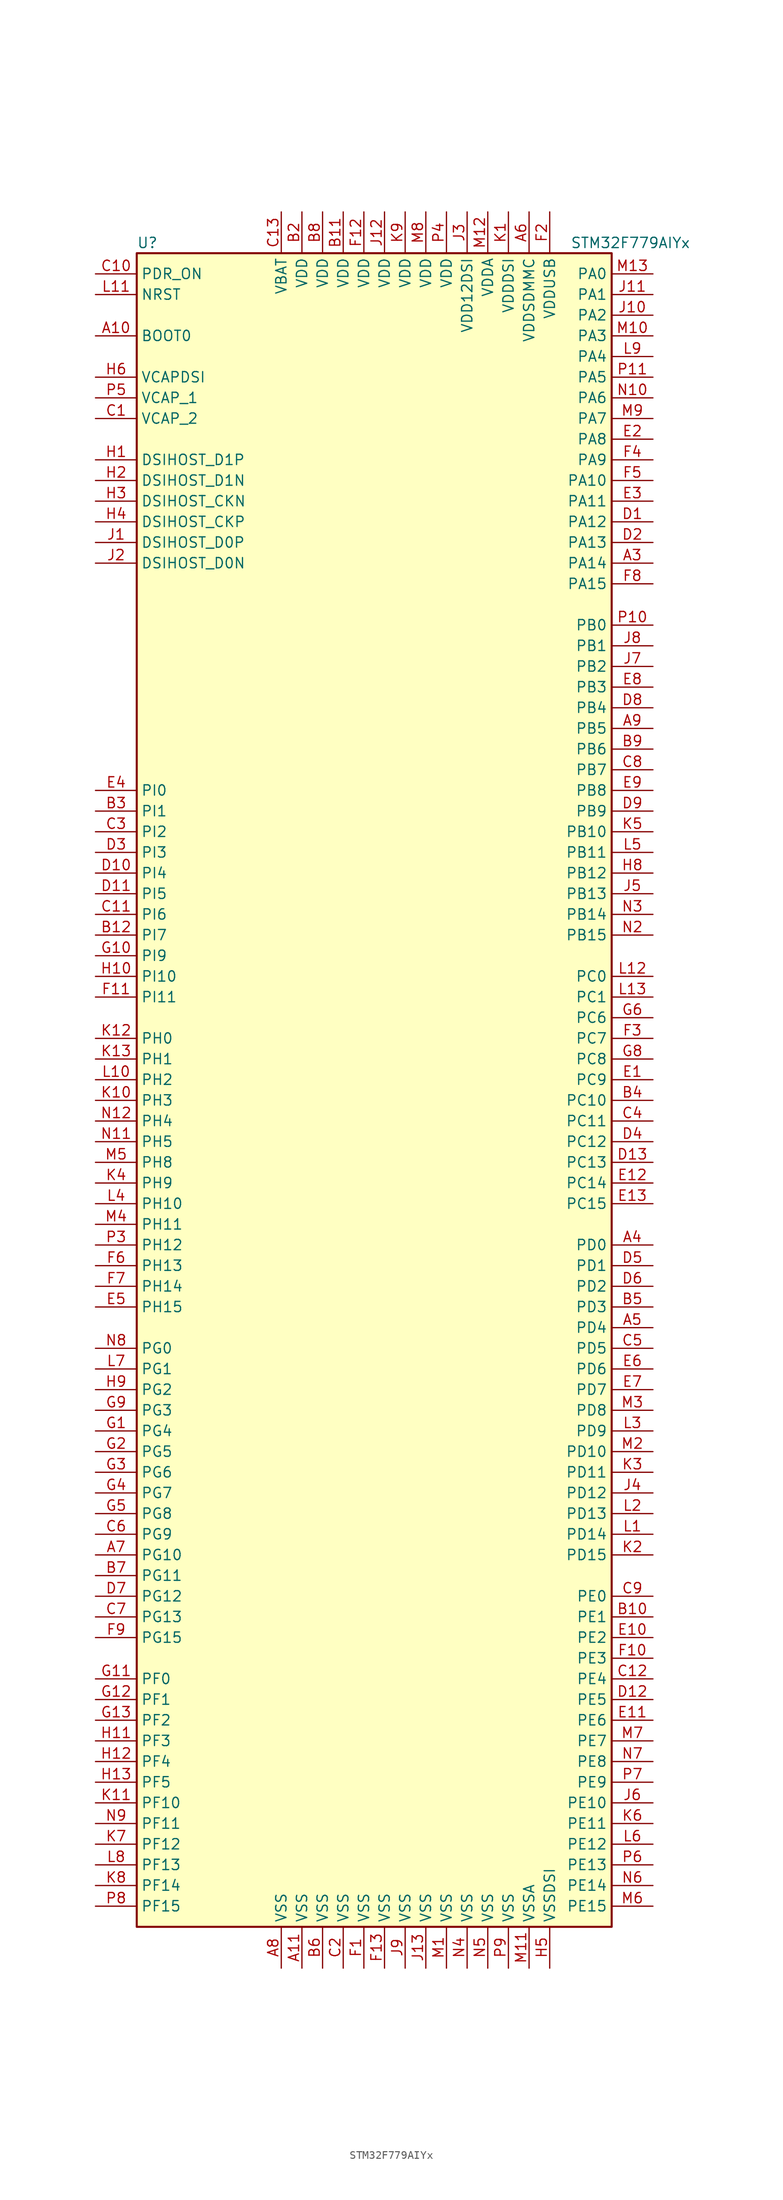
<source format=kicad_sym>
(kicad_symbol_lib
  (version 20220914)
  (generator kicad_symbol_editor)
  (symbol "STM32F779AIYx"
    (property "Reference" "U"
      (at -30.48 102.87 0)
      (effects (font (size 1.27 1.27)) (justify left)))
    (property "Value" "STM32F779AIYx"
      (at 22.86 102.87 0)
      (effects (font (size 1.27 1.27)) (justify left)))
    (symbol "STM32F779AIYx_0_1"
      (rectangle (start -30.48 -104.14) (end 27.94 101.6) (stroke (width 0.254) (type default)) (fill (type background))))
    (symbol "STM32F779AIYx_1_1"
      (pin no_connect line (at -30.48 -101.6 0) (length 5.08) hide (name "NC" (effects (font (size 1.27 1.27)))) (number "A1" (effects (font (size 1.27 1.27)))))
      (pin input line (at -35.56 91.44 0) (length 5.08) (name "BOOT0" (effects (font (size 1.27 1.27)))) (number "A10" (effects (font (size 1.27 1.27)))))
      (pin power_in line (at -10.16 -109.22 90) (length 5.08) (name "VSS" (effects (font (size 1.27 1.27)))) (number "A11" (effects (font (size 1.27 1.27)))))
      (pin no_connect line (at -30.48 -96.52 0) (length 5.08) hide (name "NC" (effects (font (size 1.27 1.27)))) (number "A12" (effects (font (size 1.27 1.27)))))
      (pin no_connect line (at -30.48 -93.98 0) (length 5.08) hide (name "NC" (effects (font (size 1.27 1.27)))) (number "A13" (effects (font (size 1.27 1.27)))))
      (pin no_connect line (at -30.48 -99.06 0) (length 5.08) hide (name "NC" (effects (font (size 1.27 1.27)))) (number "A2" (effects (font (size 1.27 1.27)))))
      (pin bidirectional line (at 33.02 63.5 180) (length 5.08) (name "PA14" (effects (font (size 1.27 1.27)))) (number "A3" (effects (font (size 1.27 1.27)))))
      (pin bidirectional line (at 33.02 -20.32 180) (length 5.08) (name "PD0" (effects (font (size 1.27 1.27)))) (number "A4" (effects (font (size 1.27 1.27)))))
      (pin bidirectional line (at 33.02 -30.48 180) (length 5.08) (name "PD4" (effects (font (size 1.27 1.27)))) (number "A5" (effects (font (size 1.27 1.27)))))
      (pin power_in line (at 17.78 106.68 270) (length 5.08) (name "VDDSDMMC" (effects (font (size 1.27 1.27)))) (number "A6" (effects (font (size 1.27 1.27)))))
      (pin bidirectional line (at -35.56 -58.42 0) (length 5.08) (name "PG10" (effects (font (size 1.27 1.27)))) (number "A7" (effects (font (size 1.27 1.27)))))
      (pin power_in line (at -12.7 -109.22 90) (length 5.08) (name "VSS" (effects (font (size 1.27 1.27)))) (number "A8" (effects (font (size 1.27 1.27)))))
      (pin bidirectional line (at 33.02 43.18 180) (length 5.08) (name "PB5" (effects (font (size 1.27 1.27)))) (number "A9" (effects (font (size 1.27 1.27)))))
      (pin no_connect line (at -30.48 -91.44 0) (length 5.08) hide (name "NC" (effects (font (size 1.27 1.27)))) (number "B1" (effects (font (size 1.27 1.27)))))
      (pin bidirectional line (at 33.02 -66.04 180) (length 5.08) (name "PE1" (effects (font (size 1.27 1.27)))) (number "B10" (effects (font (size 1.27 1.27)))))
      (pin power_in line (at -5.08 106.68 270) (length 5.08) (name "VDD" (effects (font (size 1.27 1.27)))) (number "B11" (effects (font (size 1.27 1.27)))))
      (pin bidirectional line (at -35.56 17.78 0) (length 5.08) (name "PI7" (effects (font (size 1.27 1.27)))) (number "B12" (effects (font (size 1.27 1.27)))))
      (pin no_connect line (at -30.48 -88.9 0) (length 5.08) hide (name "NC" (effects (font (size 1.27 1.27)))) (number "B13" (effects (font (size 1.27 1.27)))))
      (pin power_in line (at -10.16 106.68 270) (length 5.08) (name "VDD" (effects (font (size 1.27 1.27)))) (number "B2" (effects (font (size 1.27 1.27)))))
      (pin bidirectional line (at -35.56 33.02 0) (length 5.08) (name "PI1" (effects (font (size 1.27 1.27)))) (number "B3" (effects (font (size 1.27 1.27)))))
      (pin bidirectional line (at 33.02 -2.54 180) (length 5.08) (name "PC10" (effects (font (size 1.27 1.27)))) (number "B4" (effects (font (size 1.27 1.27)))))
      (pin bidirectional line (at 33.02 -27.94 180) (length 5.08) (name "PD3" (effects (font (size 1.27 1.27)))) (number "B5" (effects (font (size 1.27 1.27)))))
      (pin power_in line (at -7.62 -109.22 90) (length 5.08) (name "VSS" (effects (font (size 1.27 1.27)))) (number "B6" (effects (font (size 1.27 1.27)))))
      (pin bidirectional line (at -35.56 -60.96 0) (length 5.08) (name "PG11" (effects (font (size 1.27 1.27)))) (number "B7" (effects (font (size 1.27 1.27)))))
      (pin power_in line (at -7.62 106.68 270) (length 5.08) (name "VDD" (effects (font (size 1.27 1.27)))) (number "B8" (effects (font (size 1.27 1.27)))))
      (pin bidirectional line (at 33.02 40.64 180) (length 5.08) (name "PB6" (effects (font (size 1.27 1.27)))) (number "B9" (effects (font (size 1.27 1.27)))))
      (pin power_in line (at -35.56 81.28 0) (length 5.08) (name "VCAP_2" (effects (font (size 1.27 1.27)))) (number "C1" (effects (font (size 1.27 1.27)))))
      (pin input line (at -35.56 99.06 0) (length 5.08) (name "PDR_ON" (effects (font (size 1.27 1.27)))) (number "C10" (effects (font (size 1.27 1.27)))))
      (pin bidirectional line (at -35.56 20.32 0) (length 5.08) (name "PI6" (effects (font (size 1.27 1.27)))) (number "C11" (effects (font (size 1.27 1.27)))))
      (pin bidirectional line (at 33.02 -73.66 180) (length 5.08) (name "PE4" (effects (font (size 1.27 1.27)))) (number "C12" (effects (font (size 1.27 1.27)))))
      (pin power_in line (at -12.7 106.68 270) (length 5.08) (name "VBAT" (effects (font (size 1.27 1.27)))) (number "C13" (effects (font (size 1.27 1.27)))))
      (pin power_in line (at -5.08 -109.22 90) (length 5.08) (name "VSS" (effects (font (size 1.27 1.27)))) (number "C2" (effects (font (size 1.27 1.27)))))
      (pin bidirectional line (at -35.56 30.48 0) (length 5.08) (name "PI2" (effects (font (size 1.27 1.27)))) (number "C3" (effects (font (size 1.27 1.27)))))
      (pin bidirectional line (at 33.02 -5.08 180) (length 5.08) (name "PC11" (effects (font (size 1.27 1.27)))) (number "C4" (effects (font (size 1.27 1.27)))))
      (pin bidirectional line (at 33.02 -33.02 180) (length 5.08) (name "PD5" (effects (font (size 1.27 1.27)))) (number "C5" (effects (font (size 1.27 1.27)))))
      (pin bidirectional line (at -35.56 -55.88 0) (length 5.08) (name "PG9" (effects (font (size 1.27 1.27)))) (number "C6" (effects (font (size 1.27 1.27)))))
      (pin bidirectional line (at -35.56 -66.04 0) (length 5.08) (name "PG13" (effects (font (size 1.27 1.27)))) (number "C7" (effects (font (size 1.27 1.27)))))
      (pin bidirectional line (at 33.02 38.1 180) (length 5.08) (name "PB7" (effects (font (size 1.27 1.27)))) (number "C8" (effects (font (size 1.27 1.27)))))
      (pin bidirectional line (at 33.02 -63.5 180) (length 5.08) (name "PE0" (effects (font (size 1.27 1.27)))) (number "C9" (effects (font (size 1.27 1.27)))))
      (pin bidirectional line (at 33.02 68.58 180) (length 5.08) (name "PA12" (effects (font (size 1.27 1.27)))) (number "D1" (effects (font (size 1.27 1.27)))))
      (pin bidirectional line (at -35.56 25.4 0) (length 5.08) (name "PI4" (effects (font (size 1.27 1.27)))) (number "D10" (effects (font (size 1.27 1.27)))))
      (pin bidirectional line (at -35.56 22.86 0) (length 5.08) (name "PI5" (effects (font (size 1.27 1.27)))) (number "D11" (effects (font (size 1.27 1.27)))))
      (pin bidirectional line (at 33.02 -76.2 180) (length 5.08) (name "PE5" (effects (font (size 1.27 1.27)))) (number "D12" (effects (font (size 1.27 1.27)))))
      (pin bidirectional line (at 33.02 -10.16 180) (length 5.08) (name "PC13" (effects (font (size 1.27 1.27)))) (number "D13" (effects (font (size 1.27 1.27)))))
      (pin bidirectional line (at 33.02 66.04 180) (length 5.08) (name "PA13" (effects (font (size 1.27 1.27)))) (number "D2" (effects (font (size 1.27 1.27)))))
      (pin bidirectional line (at -35.56 27.94 0) (length 5.08) (name "PI3" (effects (font (size 1.27 1.27)))) (number "D3" (effects (font (size 1.27 1.27)))))
      (pin bidirectional line (at 33.02 -7.62 180) (length 5.08) (name "PC12" (effects (font (size 1.27 1.27)))) (number "D4" (effects (font (size 1.27 1.27)))))
      (pin bidirectional line (at 33.02 -22.86 180) (length 5.08) (name "PD1" (effects (font (size 1.27 1.27)))) (number "D5" (effects (font (size 1.27 1.27)))))
      (pin bidirectional line (at 33.02 -25.4 180) (length 5.08) (name "PD2" (effects (font (size 1.27 1.27)))) (number "D6" (effects (font (size 1.27 1.27)))))
      (pin bidirectional line (at -35.56 -63.5 0) (length 5.08) (name "PG12" (effects (font (size 1.27 1.27)))) (number "D7" (effects (font (size 1.27 1.27)))))
      (pin bidirectional line (at 33.02 45.72 180) (length 5.08) (name "PB4" (effects (font (size 1.27 1.27)))) (number "D8" (effects (font (size 1.27 1.27)))))
      (pin bidirectional line (at 33.02 33.02 180) (length 5.08) (name "PB9" (effects (font (size 1.27 1.27)))) (number "D9" (effects (font (size 1.27 1.27)))))
      (pin bidirectional line (at 33.02 0 180) (length 5.08) (name "PC9" (effects (font (size 1.27 1.27)))) (number "E1" (effects (font (size 1.27 1.27)))))
      (pin bidirectional line (at 33.02 -68.58 180) (length 5.08) (name "PE2" (effects (font (size 1.27 1.27)))) (number "E10" (effects (font (size 1.27 1.27)))))
      (pin bidirectional line (at 33.02 -78.74 180) (length 5.08) (name "PE6" (effects (font (size 1.27 1.27)))) (number "E11" (effects (font (size 1.27 1.27)))))
      (pin bidirectional line (at 33.02 -12.7 180) (length 5.08) (name "PC14" (effects (font (size 1.27 1.27)))) (number "E12" (effects (font (size 1.27 1.27)))))
      (pin bidirectional line (at 33.02 -15.24 180) (length 5.08) (name "PC15" (effects (font (size 1.27 1.27)))) (number "E13" (effects (font (size 1.27 1.27)))))
      (pin bidirectional line (at 33.02 78.74 180) (length 5.08) (name "PA8" (effects (font (size 1.27 1.27)))) (number "E2" (effects (font (size 1.27 1.27)))))
      (pin bidirectional line (at 33.02 71.12 180) (length 5.08) (name "PA11" (effects (font (size 1.27 1.27)))) (number "E3" (effects (font (size 1.27 1.27)))))
      (pin bidirectional line (at -35.56 35.56 0) (length 5.08) (name "PI0" (effects (font (size 1.27 1.27)))) (number "E4" (effects (font (size 1.27 1.27)))))
      (pin bidirectional line (at -35.56 -27.94 0) (length 5.08) (name "PH15" (effects (font (size 1.27 1.27)))) (number "E5" (effects (font (size 1.27 1.27)))))
      (pin bidirectional line (at 33.02 -35.56 180) (length 5.08) (name "PD6" (effects (font (size 1.27 1.27)))) (number "E6" (effects (font (size 1.27 1.27)))))
      (pin bidirectional line (at 33.02 -38.1 180) (length 5.08) (name "PD7" (effects (font (size 1.27 1.27)))) (number "E7" (effects (font (size 1.27 1.27)))))
      (pin bidirectional line (at 33.02 48.26 180) (length 5.08) (name "PB3" (effects (font (size 1.27 1.27)))) (number "E8" (effects (font (size 1.27 1.27)))))
      (pin bidirectional line (at 33.02 35.56 180) (length 5.08) (name "PB8" (effects (font (size 1.27 1.27)))) (number "E9" (effects (font (size 1.27 1.27)))))
      (pin power_in line (at -2.54 -109.22 90) (length 5.08) (name "VSS" (effects (font (size 1.27 1.27)))) (number "F1" (effects (font (size 1.27 1.27)))))
      (pin bidirectional line (at 33.02 -71.12 180) (length 5.08) (name "PE3" (effects (font (size 1.27 1.27)))) (number "F10" (effects (font (size 1.27 1.27)))))
      (pin bidirectional line (at -35.56 10.16 0) (length 5.08) (name "PI11" (effects (font (size 1.27 1.27)))) (number "F11" (effects (font (size 1.27 1.27)))))
      (pin power_in line (at -2.54 106.68 270) (length 5.08) (name "VDD" (effects (font (size 1.27 1.27)))) (number "F12" (effects (font (size 1.27 1.27)))))
      (pin power_in line (at 0 -109.22 90) (length 5.08) (name "VSS" (effects (font (size 1.27 1.27)))) (number "F13" (effects (font (size 1.27 1.27)))))
      (pin power_in line (at 20.32 106.68 270) (length 5.08) (name "VDDUSB" (effects (font (size 1.27 1.27)))) (number "F2" (effects (font (size 1.27 1.27)))))
      (pin bidirectional line (at 33.02 5.08 180) (length 5.08) (name "PC7" (effects (font (size 1.27 1.27)))) (number "F3" (effects (font (size 1.27 1.27)))))
      (pin bidirectional line (at 33.02 76.2 180) (length 5.08) (name "PA9" (effects (font (size 1.27 1.27)))) (number "F4" (effects (font (size 1.27 1.27)))))
      (pin bidirectional line (at 33.02 73.66 180) (length 5.08) (name "PA10" (effects (font (size 1.27 1.27)))) (number "F5" (effects (font (size 1.27 1.27)))))
      (pin bidirectional line (at -35.56 -22.86 0) (length 5.08) (name "PH13" (effects (font (size 1.27 1.27)))) (number "F6" (effects (font (size 1.27 1.27)))))
      (pin bidirectional line (at -35.56 -25.4 0) (length 5.08) (name "PH14" (effects (font (size 1.27 1.27)))) (number "F7" (effects (font (size 1.27 1.27)))))
      (pin bidirectional line (at 33.02 60.96 180) (length 5.08) (name "PA15" (effects (font (size 1.27 1.27)))) (number "F8" (effects (font (size 1.27 1.27)))))
      (pin bidirectional line (at -35.56 -68.58 0) (length 5.08) (name "PG15" (effects (font (size 1.27 1.27)))) (number "F9" (effects (font (size 1.27 1.27)))))
      (pin bidirectional line (at -35.56 -43.18 0) (length 5.08) (name "PG4" (effects (font (size 1.27 1.27)))) (number "G1" (effects (font (size 1.27 1.27)))))
      (pin bidirectional line (at -35.56 15.24 0) (length 5.08) (name "PI9" (effects (font (size 1.27 1.27)))) (number "G10" (effects (font (size 1.27 1.27)))))
      (pin bidirectional line (at -35.56 -73.66 0) (length 5.08) (name "PF0" (effects (font (size 1.27 1.27)))) (number "G11" (effects (font (size 1.27 1.27)))))
      (pin bidirectional line (at -35.56 -76.2 0) (length 5.08) (name "PF1" (effects (font (size 1.27 1.27)))) (number "G12" (effects (font (size 1.27 1.27)))))
      (pin bidirectional line (at -35.56 -78.74 0) (length 5.08) (name "PF2" (effects (font (size 1.27 1.27)))) (number "G13" (effects (font (size 1.27 1.27)))))
      (pin bidirectional line (at -35.56 -45.72 0) (length 5.08) (name "PG5" (effects (font (size 1.27 1.27)))) (number "G2" (effects (font (size 1.27 1.27)))))
      (pin bidirectional line (at -35.56 -48.26 0) (length 5.08) (name "PG6" (effects (font (size 1.27 1.27)))) (number "G3" (effects (font (size 1.27 1.27)))))
      (pin bidirectional line (at -35.56 -50.8 0) (length 5.08) (name "PG7" (effects (font (size 1.27 1.27)))) (number "G4" (effects (font (size 1.27 1.27)))))
      (pin bidirectional line (at -35.56 -53.34 0) (length 5.08) (name "PG8" (effects (font (size 1.27 1.27)))) (number "G5" (effects (font (size 1.27 1.27)))))
      (pin bidirectional line (at 33.02 7.62 180) (length 5.08) (name "PC6" (effects (font (size 1.27 1.27)))) (number "G6" (effects (font (size 1.27 1.27)))))
      (pin bidirectional line (at 33.02 2.54 180) (length 5.08) (name "PC8" (effects (font (size 1.27 1.27)))) (number "G8" (effects (font (size 1.27 1.27)))))
      (pin bidirectional line (at -35.56 -40.64 0) (length 5.08) (name "PG3" (effects (font (size 1.27 1.27)))) (number "G9" (effects (font (size 1.27 1.27)))))
      (pin bidirectional line (at -35.56 76.2 0) (length 5.08) (name "DSIHOST_D1P" (effects (font (size 1.27 1.27)))) (number "H1" (effects (font (size 1.27 1.27)))))
      (pin bidirectional line (at -35.56 12.7 0) (length 5.08) (name "PI10" (effects (font (size 1.27 1.27)))) (number "H10" (effects (font (size 1.27 1.27)))))
      (pin bidirectional line (at -35.56 -81.28 0) (length 5.08) (name "PF3" (effects (font (size 1.27 1.27)))) (number "H11" (effects (font (size 1.27 1.27)))))
      (pin bidirectional line (at -35.56 -83.82 0) (length 5.08) (name "PF4" (effects (font (size 1.27 1.27)))) (number "H12" (effects (font (size 1.27 1.27)))))
      (pin bidirectional line (at -35.56 -86.36 0) (length 5.08) (name "PF5" (effects (font (size 1.27 1.27)))) (number "H13" (effects (font (size 1.27 1.27)))))
      (pin bidirectional line (at -35.56 73.66 0) (length 5.08) (name "DSIHOST_D1N" (effects (font (size 1.27 1.27)))) (number "H2" (effects (font (size 1.27 1.27)))))
      (pin bidirectional line (at -35.56 71.12 0) (length 5.08) (name "DSIHOST_CKN" (effects (font (size 1.27 1.27)))) (number "H3" (effects (font (size 1.27 1.27)))))
      (pin bidirectional line (at -35.56 68.58 0) (length 5.08) (name "DSIHOST_CKP" (effects (font (size 1.27 1.27)))) (number "H4" (effects (font (size 1.27 1.27)))))
      (pin power_in line (at 20.32 -109.22 90) (length 5.08) (name "VSSDSI" (effects (font (size 1.27 1.27)))) (number "H5" (effects (font (size 1.27 1.27)))))
      (pin power_in line (at -35.56 86.36 0) (length 5.08) (name "VCAPDSI" (effects (font (size 1.27 1.27)))) (number "H6" (effects (font (size 1.27 1.27)))))
      (pin bidirectional line (at 33.02 25.4 180) (length 5.08) (name "PB12" (effects (font (size 1.27 1.27)))) (number "H8" (effects (font (size 1.27 1.27)))))
      (pin bidirectional line (at -35.56 -38.1 0) (length 5.08) (name "PG2" (effects (font (size 1.27 1.27)))) (number "H9" (effects (font (size 1.27 1.27)))))
      (pin bidirectional line (at -35.56 66.04 0) (length 5.08) (name "DSIHOST_D0P" (effects (font (size 1.27 1.27)))) (number "J1" (effects (font (size 1.27 1.27)))))
      (pin bidirectional line (at 33.02 93.98 180) (length 5.08) (name "PA2" (effects (font (size 1.27 1.27)))) (number "J10" (effects (font (size 1.27 1.27)))))
      (pin bidirectional line (at 33.02 96.52 180) (length 5.08) (name "PA1" (effects (font (size 1.27 1.27)))) (number "J11" (effects (font (size 1.27 1.27)))))
      (pin power_in line (at 0 106.68 270) (length 5.08) (name "VDD" (effects (font (size 1.27 1.27)))) (number "J12" (effects (font (size 1.27 1.27)))))
      (pin power_in line (at 5.08 -109.22 90) (length 5.08) (name "VSS" (effects (font (size 1.27 1.27)))) (number "J13" (effects (font (size 1.27 1.27)))))
      (pin bidirectional line (at -35.56 63.5 0) (length 5.08) (name "DSIHOST_D0N" (effects (font (size 1.27 1.27)))) (number "J2" (effects (font (size 1.27 1.27)))))
      (pin power_in line (at 10.16 106.68 270) (length 5.08) (name "VDD12DSI" (effects (font (size 1.27 1.27)))) (number "J3" (effects (font (size 1.27 1.27)))))
      (pin bidirectional line (at 33.02 -50.8 180) (length 5.08) (name "PD12" (effects (font (size 1.27 1.27)))) (number "J4" (effects (font (size 1.27 1.27)))))
      (pin bidirectional line (at 33.02 22.86 180) (length 5.08) (name "PB13" (effects (font (size 1.27 1.27)))) (number "J5" (effects (font (size 1.27 1.27)))))
      (pin bidirectional line (at 33.02 -88.9 180) (length 5.08) (name "PE10" (effects (font (size 1.27 1.27)))) (number "J6" (effects (font (size 1.27 1.27)))))
      (pin bidirectional line (at 33.02 50.8 180) (length 5.08) (name "PB2" (effects (font (size 1.27 1.27)))) (number "J7" (effects (font (size 1.27 1.27)))))
      (pin bidirectional line (at 33.02 53.34 180) (length 5.08) (name "PB1" (effects (font (size 1.27 1.27)))) (number "J8" (effects (font (size 1.27 1.27)))))
      (pin power_in line (at 2.54 -109.22 90) (length 5.08) (name "VSS" (effects (font (size 1.27 1.27)))) (number "J9" (effects (font (size 1.27 1.27)))))
      (pin power_in line (at 15.24 106.68 270) (length 5.08) (name "VDDDSI" (effects (font (size 1.27 1.27)))) (number "K1" (effects (font (size 1.27 1.27)))))
      (pin bidirectional line (at -35.56 -2.54 0) (length 5.08) (name "PH3" (effects (font (size 1.27 1.27)))) (number "K10" (effects (font (size 1.27 1.27)))))
      (pin bidirectional line (at -35.56 -88.9 0) (length 5.08) (name "PF10" (effects (font (size 1.27 1.27)))) (number "K11" (effects (font (size 1.27 1.27)))))
      (pin input line (at -35.56 5.08 0) (length 5.08) (name "PH0" (effects (font (size 1.27 1.27)))) (number "K12" (effects (font (size 1.27 1.27)))))
      (pin input line (at -35.56 2.54 0) (length 5.08) (name "PH1" (effects (font (size 1.27 1.27)))) (number "K13" (effects (font (size 1.27 1.27)))))
      (pin bidirectional line (at 33.02 -58.42 180) (length 5.08) (name "PD15" (effects (font (size 1.27 1.27)))) (number "K2" (effects (font (size 1.27 1.27)))))
      (pin bidirectional line (at 33.02 -48.26 180) (length 5.08) (name "PD11" (effects (font (size 1.27 1.27)))) (number "K3" (effects (font (size 1.27 1.27)))))
      (pin bidirectional line (at -35.56 -12.7 0) (length 5.08) (name "PH9" (effects (font (size 1.27 1.27)))) (number "K4" (effects (font (size 1.27 1.27)))))
      (pin bidirectional line (at 33.02 30.48 180) (length 5.08) (name "PB10" (effects (font (size 1.27 1.27)))) (number "K5" (effects (font (size 1.27 1.27)))))
      (pin bidirectional line (at 33.02 -91.44 180) (length 5.08) (name "PE11" (effects (font (size 1.27 1.27)))) (number "K6" (effects (font (size 1.27 1.27)))))
      (pin bidirectional line (at -35.56 -93.98 0) (length 5.08) (name "PF12" (effects (font (size 1.27 1.27)))) (number "K7" (effects (font (size 1.27 1.27)))))
      (pin bidirectional line (at -35.56 -99.06 0) (length 5.08) (name "PF14" (effects (font (size 1.27 1.27)))) (number "K8" (effects (font (size 1.27 1.27)))))
      (pin power_in line (at 2.54 106.68 270) (length 5.08) (name "VDD" (effects (font (size 1.27 1.27)))) (number "K9" (effects (font (size 1.27 1.27)))))
      (pin bidirectional line (at 33.02 -55.88 180) (length 5.08) (name "PD14" (effects (font (size 1.27 1.27)))) (number "L1" (effects (font (size 1.27 1.27)))))
      (pin bidirectional line (at -35.56 0 0) (length 5.08) (name "PH2" (effects (font (size 1.27 1.27)))) (number "L10" (effects (font (size 1.27 1.27)))))
      (pin input line (at -35.56 96.52 0) (length 5.08) (name "NRST" (effects (font (size 1.27 1.27)))) (number "L11" (effects (font (size 1.27 1.27)))))
      (pin bidirectional line (at 33.02 12.7 180) (length 5.08) (name "PC0" (effects (font (size 1.27 1.27)))) (number "L12" (effects (font (size 1.27 1.27)))))
      (pin bidirectional line (at 33.02 10.16 180) (length 5.08) (name "PC1" (effects (font (size 1.27 1.27)))) (number "L13" (effects (font (size 1.27 1.27)))))
      (pin bidirectional line (at 33.02 -53.34 180) (length 5.08) (name "PD13" (effects (font (size 1.27 1.27)))) (number "L2" (effects (font (size 1.27 1.27)))))
      (pin bidirectional line (at 33.02 -43.18 180) (length 5.08) (name "PD9" (effects (font (size 1.27 1.27)))) (number "L3" (effects (font (size 1.27 1.27)))))
      (pin bidirectional line (at -35.56 -15.24 0) (length 5.08) (name "PH10" (effects (font (size 1.27 1.27)))) (number "L4" (effects (font (size 1.27 1.27)))))
      (pin bidirectional line (at 33.02 27.94 180) (length 5.08) (name "PB11" (effects (font (size 1.27 1.27)))) (number "L5" (effects (font (size 1.27 1.27)))))
      (pin bidirectional line (at 33.02 -93.98 180) (length 5.08) (name "PE12" (effects (font (size 1.27 1.27)))) (number "L6" (effects (font (size 1.27 1.27)))))
      (pin bidirectional line (at -35.56 -35.56 0) (length 5.08) (name "PG1" (effects (font (size 1.27 1.27)))) (number "L7" (effects (font (size 1.27 1.27)))))
      (pin bidirectional line (at -35.56 -96.52 0) (length 5.08) (name "PF13" (effects (font (size 1.27 1.27)))) (number "L8" (effects (font (size 1.27 1.27)))))
      (pin bidirectional line (at 33.02 88.9 180) (length 5.08) (name "PA4" (effects (font (size 1.27 1.27)))) (number "L9" (effects (font (size 1.27 1.27)))))
      (pin power_in line (at 7.62 -109.22 90) (length 5.08) (name "VSS" (effects (font (size 1.27 1.27)))) (number "M1" (effects (font (size 1.27 1.27)))))
      (pin bidirectional line (at 33.02 91.44 180) (length 5.08) (name "PA3" (effects (font (size 1.27 1.27)))) (number "M10" (effects (font (size 1.27 1.27)))))
      (pin power_in line (at 17.78 -109.22 90) (length 5.08) (name "VSSA" (effects (font (size 1.27 1.27)))) (number "M11" (effects (font (size 1.27 1.27)))))
      (pin power_in line (at 12.7 106.68 270) (length 5.08) (name "VDDA" (effects (font (size 1.27 1.27)))) (number "M12" (effects (font (size 1.27 1.27)))))
      (pin bidirectional line (at 33.02 99.06 180) (length 5.08) (name "PA0" (effects (font (size 1.27 1.27)))) (number "M13" (effects (font (size 1.27 1.27)))))
      (pin bidirectional line (at 33.02 -45.72 180) (length 5.08) (name "PD10" (effects (font (size 1.27 1.27)))) (number "M2" (effects (font (size 1.27 1.27)))))
      (pin bidirectional line (at 33.02 -40.64 180) (length 5.08) (name "PD8" (effects (font (size 1.27 1.27)))) (number "M3" (effects (font (size 1.27 1.27)))))
      (pin bidirectional line (at -35.56 -17.78 0) (length 5.08) (name "PH11" (effects (font (size 1.27 1.27)))) (number "M4" (effects (font (size 1.27 1.27)))))
      (pin bidirectional line (at -35.56 -10.16 0) (length 5.08) (name "PH8" (effects (font (size 1.27 1.27)))) (number "M5" (effects (font (size 1.27 1.27)))))
      (pin bidirectional line (at 33.02 -101.6 180) (length 5.08) (name "PE15" (effects (font (size 1.27 1.27)))) (number "M6" (effects (font (size 1.27 1.27)))))
      (pin bidirectional line (at 33.02 -81.28 180) (length 5.08) (name "PE7" (effects (font (size 1.27 1.27)))) (number "M7" (effects (font (size 1.27 1.27)))))
      (pin power_in line (at 5.08 106.68 270) (length 5.08) (name "VDD" (effects (font (size 1.27 1.27)))) (number "M8" (effects (font (size 1.27 1.27)))))
      (pin bidirectional line (at 33.02 81.28 180) (length 5.08) (name "PA7" (effects (font (size 1.27 1.27)))) (number "M9" (effects (font (size 1.27 1.27)))))
      (pin no_connect line (at -30.48 -86.36 0) (length 5.08) hide (name "NC" (effects (font (size 1.27 1.27)))) (number "N1" (effects (font (size 1.27 1.27)))))
      (pin bidirectional line (at 33.02 83.82 180) (length 5.08) (name "PA6" (effects (font (size 1.27 1.27)))) (number "N10" (effects (font (size 1.27 1.27)))))
      (pin bidirectional line (at -35.56 -7.62 0) (length 5.08) (name "PH5" (effects (font (size 1.27 1.27)))) (number "N11" (effects (font (size 1.27 1.27)))))
      (pin bidirectional line (at -35.56 -5.08 0) (length 5.08) (name "PH4" (effects (font (size 1.27 1.27)))) (number "N12" (effects (font (size 1.27 1.27)))))
      (pin no_connect line (at -30.48 -83.82 0) (length 5.08) hide (name "NC" (effects (font (size 1.27 1.27)))) (number "N13" (effects (font (size 1.27 1.27)))))
      (pin bidirectional line (at 33.02 17.78 180) (length 5.08) (name "PB15" (effects (font (size 1.27 1.27)))) (number "N2" (effects (font (size 1.27 1.27)))))
      (pin bidirectional line (at 33.02 20.32 180) (length 5.08) (name "PB14" (effects (font (size 1.27 1.27)))) (number "N3" (effects (font (size 1.27 1.27)))))
      (pin power_in line (at 10.16 -109.22 90) (length 5.08) (name "VSS" (effects (font (size 1.27 1.27)))) (number "N4" (effects (font (size 1.27 1.27)))))
      (pin power_in line (at 12.7 -109.22 90) (length 5.08) (name "VSS" (effects (font (size 1.27 1.27)))) (number "N5" (effects (font (size 1.27 1.27)))))
      (pin bidirectional line (at 33.02 -99.06 180) (length 5.08) (name "PE14" (effects (font (size 1.27 1.27)))) (number "N6" (effects (font (size 1.27 1.27)))))
      (pin bidirectional line (at 33.02 -83.82 180) (length 5.08) (name "PE8" (effects (font (size 1.27 1.27)))) (number "N7" (effects (font (size 1.27 1.27)))))
      (pin bidirectional line (at -35.56 -33.02 0) (length 5.08) (name "PG0" (effects (font (size 1.27 1.27)))) (number "N8" (effects (font (size 1.27 1.27)))))
      (pin bidirectional line (at -35.56 -91.44 0) (length 5.08) (name "PF11" (effects (font (size 1.27 1.27)))) (number "N9" (effects (font (size 1.27 1.27)))))
      (pin no_connect line (at -30.48 -81.28 0) (length 5.08) hide (name "NC" (effects (font (size 1.27 1.27)))) (number "P1" (effects (font (size 1.27 1.27)))))
      (pin bidirectional line (at 33.02 55.88 180) (length 5.08) (name "PB0" (effects (font (size 1.27 1.27)))) (number "P10" (effects (font (size 1.27 1.27)))))
      (pin bidirectional line (at 33.02 86.36 180) (length 5.08) (name "PA5" (effects (font (size 1.27 1.27)))) (number "P11" (effects (font (size 1.27 1.27)))))
      (pin no_connect line (at -30.48 -76.2 0) (length 5.08) hide (name "NC" (effects (font (size 1.27 1.27)))) (number "P12" (effects (font (size 1.27 1.27)))))
      (pin no_connect line (at -30.48 -73.66 0) (length 5.08) hide (name "NC" (effects (font (size 1.27 1.27)))) (number "P13" (effects (font (size 1.27 1.27)))))
      (pin no_connect line (at -30.48 -78.74 0) (length 5.08) hide (name "NC" (effects (font (size 1.27 1.27)))) (number "P2" (effects (font (size 1.27 1.27)))))
      (pin bidirectional line (at -35.56 -20.32 0) (length 5.08) (name "PH12" (effects (font (size 1.27 1.27)))) (number "P3" (effects (font (size 1.27 1.27)))))
      (pin power_in line (at 7.62 106.68 270) (length 5.08) (name "VDD" (effects (font (size 1.27 1.27)))) (number "P4" (effects (font (size 1.27 1.27)))))
      (pin power_in line (at -35.56 83.82 0) (length 5.08) (name "VCAP_1" (effects (font (size 1.27 1.27)))) (number "P5" (effects (font (size 1.27 1.27)))))
      (pin bidirectional line (at 33.02 -96.52 180) (length 5.08) (name "PE13" (effects (font (size 1.27 1.27)))) (number "P6" (effects (font (size 1.27 1.27)))))
      (pin bidirectional line (at 33.02 -86.36 180) (length 5.08) (name "PE9" (effects (font (size 1.27 1.27)))) (number "P7" (effects (font (size 1.27 1.27)))))
      (pin bidirectional line (at -35.56 -101.6 0) (length 5.08) (name "PF15" (effects (font (size 1.27 1.27)))) (number "P8" (effects (font (size 1.27 1.27)))))
      (pin power_in line (at 15.24 -109.22 90) (length 5.08) (name "VSS" (effects (font (size 1.27 1.27)))) (number "P9" (effects (font (size 1.27 1.27))))))))
</source>
